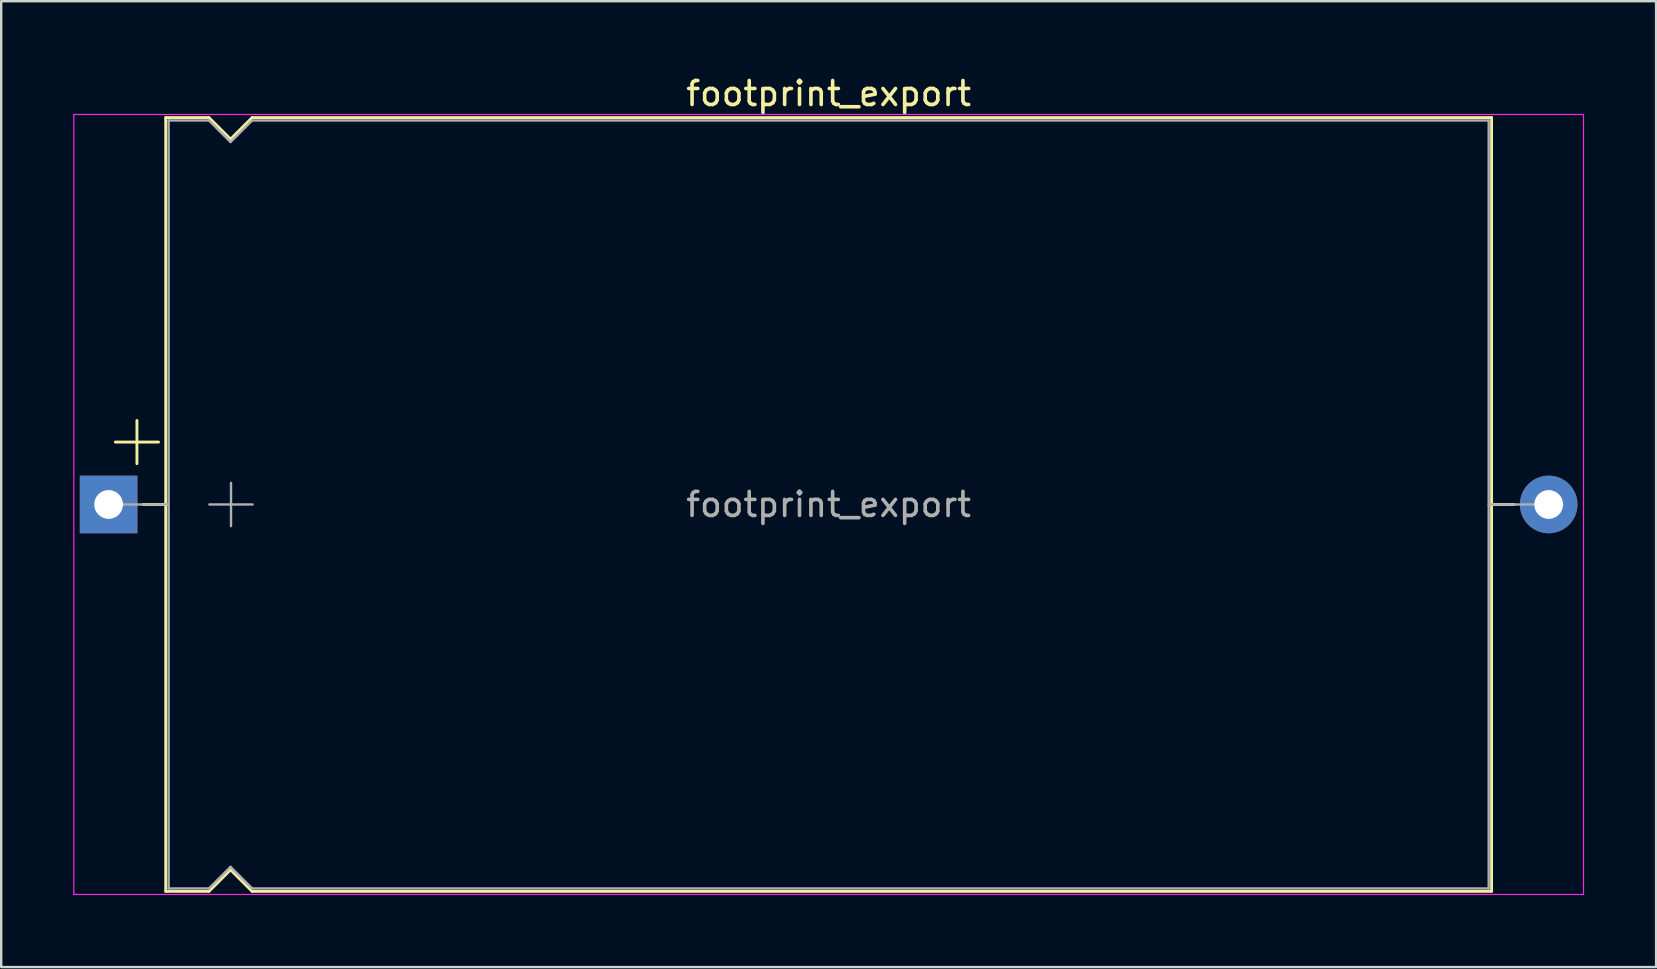
<source format=kicad_pcb>
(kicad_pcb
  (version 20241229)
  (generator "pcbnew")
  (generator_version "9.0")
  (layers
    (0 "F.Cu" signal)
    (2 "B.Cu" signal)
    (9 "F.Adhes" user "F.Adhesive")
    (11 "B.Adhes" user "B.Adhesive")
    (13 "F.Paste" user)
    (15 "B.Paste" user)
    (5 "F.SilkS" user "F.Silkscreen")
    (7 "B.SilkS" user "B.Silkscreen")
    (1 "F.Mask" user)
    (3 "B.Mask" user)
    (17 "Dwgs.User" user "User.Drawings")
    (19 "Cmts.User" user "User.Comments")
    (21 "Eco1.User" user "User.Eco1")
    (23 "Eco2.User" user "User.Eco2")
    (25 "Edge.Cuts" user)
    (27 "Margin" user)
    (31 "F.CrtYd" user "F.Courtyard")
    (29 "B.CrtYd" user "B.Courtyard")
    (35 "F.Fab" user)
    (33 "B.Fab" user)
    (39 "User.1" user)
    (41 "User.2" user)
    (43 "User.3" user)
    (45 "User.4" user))
  (footprint "footprint_export"
    (layer "F.Cu")
    (at 1.475 17.968)
    (property "Reference" "footprint_export" (at 30 -17.12 0) (layer "F.SilkS") (effects (font (size 1 1) (thickness 0.15))))
    (attr through_hole)
    (fp_line (start 0.28 -2.6) (end 2.08 -2.6) (stroke (width 0.12) (type solid)) (layer "F.SilkS"))
    (fp_line (start 1.18 -3.5) (end 1.18 -1.7) (stroke (width 0.12) (type solid)) (layer "F.SilkS"))
    (fp_line (start 1.44 0) (end 2.38 0) (stroke (width 0.12) (type solid)) (layer "F.SilkS"))
    (fp_line (start 2.38 -16.12) (end 2.38 16.12) (stroke (width 0.12) (type solid)) (layer "F.SilkS"))
    (fp_line (start 2.38 -16.12) (end 4.18 -16.12) (stroke (width 0.12) (type solid)) (layer "F.SilkS"))
    (fp_line (start 2.38 16.12) (end 4.18 16.12) (stroke (width 0.12) (type solid)) (layer "F.SilkS"))
    (fp_line (start 4.18 -16.12) (end 5.08 -15.22) (stroke (width 0.12) (type solid)) (layer "F.SilkS"))
    (fp_line (start 4.18 16.12) (end 5.08 15.22) (stroke (width 0.12) (type solid)) (layer "F.SilkS"))
    (fp_line (start 5.08 -15.22) (end 5.98 -16.12) (stroke (width 0.12) (type solid)) (layer "F.SilkS"))
    (fp_line (start 5.08 15.22) (end 5.98 16.12) (stroke (width 0.12) (type solid)) (layer "F.SilkS"))
    (fp_line (start 5.98 -16.12) (end 57.62 -16.12) (stroke (width 0.12) (type solid)) (layer "F.SilkS"))
    (fp_line (start 5.98 16.12) (end 57.62 16.12) (stroke (width 0.12) (type solid)) (layer "F.SilkS"))
    (fp_line (start 57.62 -16.12) (end 57.62 16.12) (stroke (width 0.12) (type solid)) (layer "F.SilkS"))
    (fp_line (start 58.56 0) (end 57.62 0) (stroke (width 0.12) (type solid)) (layer "F.SilkS"))
    (fp_line (start -1.45 -16.25) (end -1.45 16.25) (stroke (width 0.05) (type solid)) (layer "F.CrtYd"))
    (fp_line (start -1.45 16.25) (end 61.45 16.25) (stroke (width 0.05) (type solid)) (layer "F.CrtYd"))
    (fp_line (start 61.45 -16.25) (end -1.45 -16.25) (stroke (width 0.05) (type solid)) (layer "F.CrtYd"))
    (fp_line (start 61.45 16.25) (end 61.45 -16.25) (stroke (width 0.05) (type solid)) (layer "F.CrtYd"))
    (fp_line (start 0 0) (end 2.5 0) (stroke (width 0.1) (type solid)) (layer "F.Fab"))
    (fp_line (start 2.5 -16) (end 2.5 16) (stroke (width 0.1) (type solid)) (layer "F.Fab"))
    (fp_line (start 2.5 -16) (end 4.18 -16) (stroke (width 0.1) (type solid)) (layer "F.Fab"))
    (fp_line (start 2.5 16) (end 4.18 16) (stroke (width 0.1) (type solid)) (layer "F.Fab"))
    (fp_line (start 4.18 -16) (end 5.08 -15.1) (stroke (width 0.1) (type solid)) (layer "F.Fab"))
    (fp_line (start 4.18 16) (end 5.08 15.1) (stroke (width 0.1) (type solid)) (layer "F.Fab"))
    (fp_line (start 4.2 0) (end 6 0) (stroke (width 0.1) (type solid)) (layer "F.Fab"))
    (fp_line (start 5.08 -15.1) (end 5.98 -16) (stroke (width 0.1) (type solid)) (layer "F.Fab"))
    (fp_line (start 5.08 15.1) (end 5.98 16) (stroke (width 0.1) (type solid)) (layer "F.Fab"))
    (fp_line (start 5.1 -0.9) (end 5.1 0.9) (stroke (width 0.1) (type solid)) (layer "F.Fab"))
    (fp_line (start 5.98 -16) (end 57.5 -16) (stroke (width 0.1) (type solid)) (layer "F.Fab"))
    (fp_line (start 5.98 16) (end 57.5 16) (stroke (width 0.1) (type solid)) (layer "F.Fab"))
    (fp_line (start 57.5 -16) (end 57.5 16) (stroke (width 0.1) (type solid)) (layer "F.Fab"))
    (fp_line (start 60 0) (end 57.5 0) (stroke (width 0.1) (type solid)) (layer "F.Fab"))
    (fp_text user "${REFERENCE}" (at 30 0 0) (layer "F.Fab") (effects (font (size 1 1) (thickness 0.15))))
    (pad "1" thru_hole rect (at 0 0) (size 2.4 2.4) (drill 1.2) (layers "*.Cu" "*.Mask"))
    (pad "2" thru_hole oval (at 60 0) (size 2.4 2.4) (drill 1.2) (layers "*.Cu" "*.Mask")))
  (gr_rect
    (start -3 -3)
    (end 65.95 37.243)
    (stroke (width 0.1) (type default))
    (fill no)
    (layer "Edge.Cuts")))
</source>
